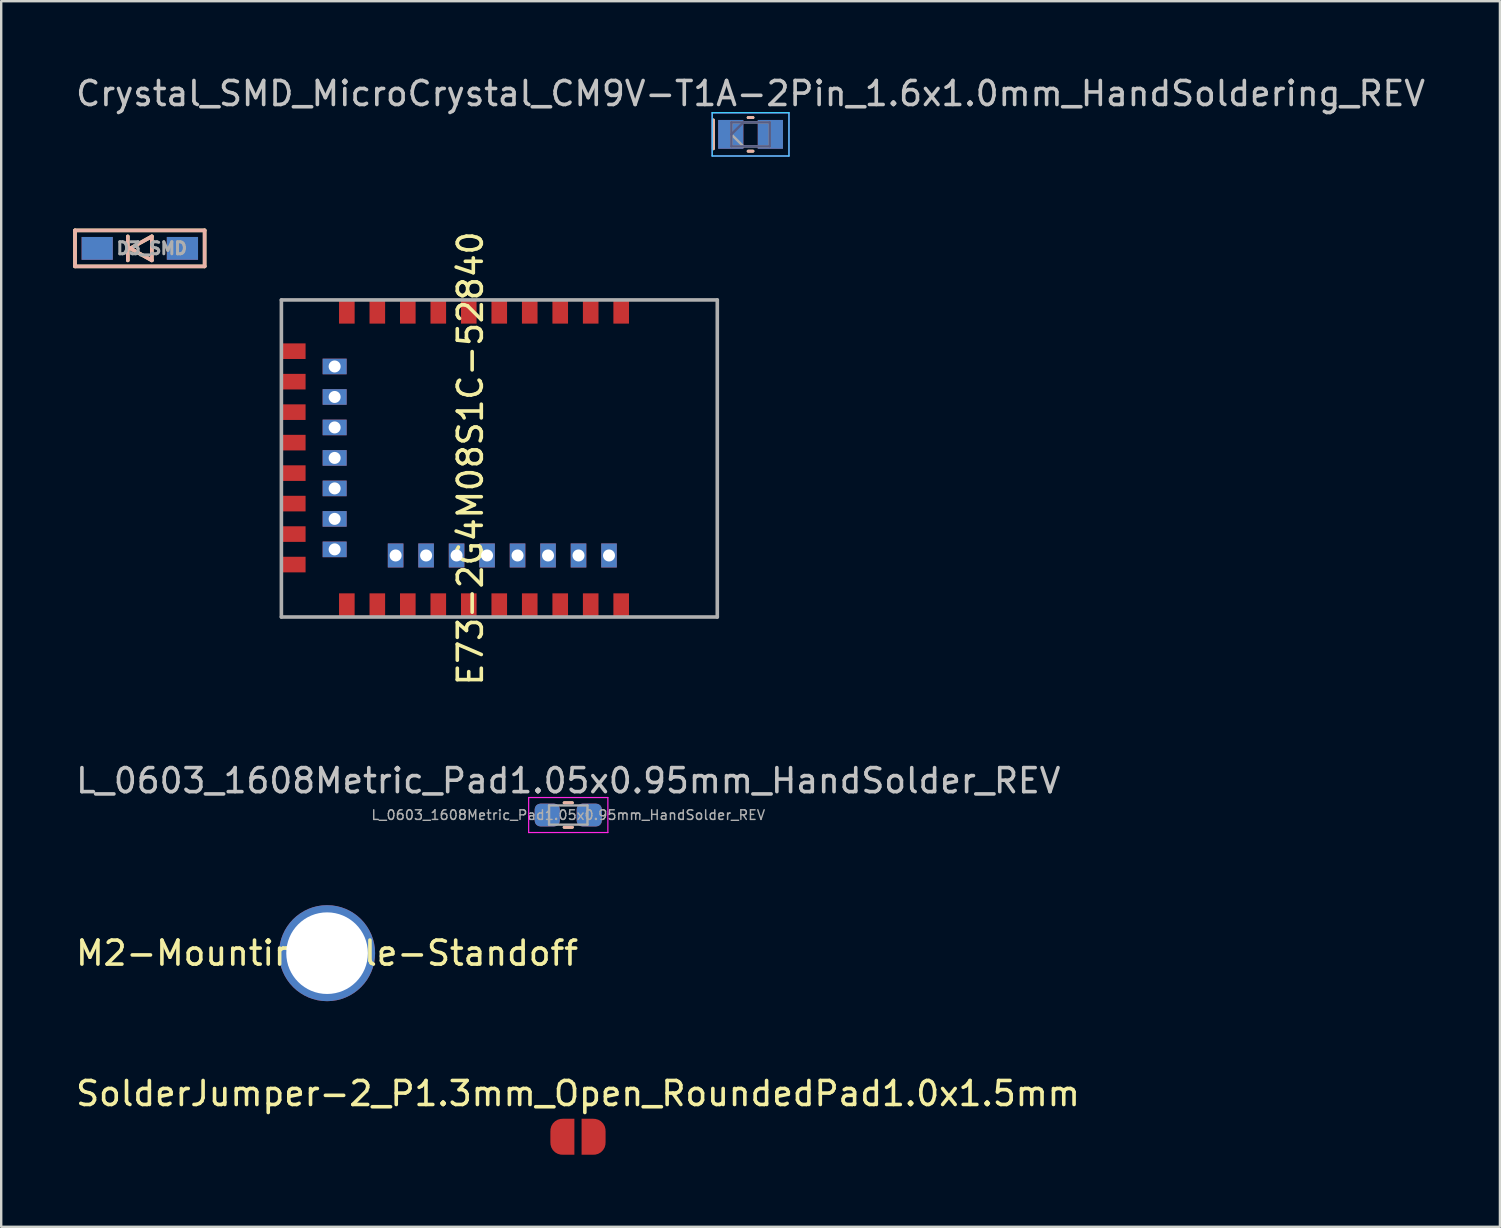
<source format=kicad_pcb>
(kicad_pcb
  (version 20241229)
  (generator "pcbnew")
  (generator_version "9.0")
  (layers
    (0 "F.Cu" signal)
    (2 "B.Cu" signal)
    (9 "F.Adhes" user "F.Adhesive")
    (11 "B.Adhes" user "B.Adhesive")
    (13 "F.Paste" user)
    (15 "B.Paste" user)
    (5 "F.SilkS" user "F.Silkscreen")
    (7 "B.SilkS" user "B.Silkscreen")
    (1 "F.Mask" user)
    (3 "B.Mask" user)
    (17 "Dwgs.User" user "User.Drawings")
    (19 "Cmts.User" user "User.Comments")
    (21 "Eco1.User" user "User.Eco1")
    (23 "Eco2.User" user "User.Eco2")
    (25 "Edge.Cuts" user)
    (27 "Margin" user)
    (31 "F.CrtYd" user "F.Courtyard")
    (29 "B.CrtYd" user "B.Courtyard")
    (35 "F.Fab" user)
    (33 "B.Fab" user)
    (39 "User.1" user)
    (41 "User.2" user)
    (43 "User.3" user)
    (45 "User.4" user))
  (footprint "E73-2G4M08S1C-52840"
    (layer "F.Cu")
    (at 8.8 16.051)
    (property "Reference" "E73-2G4M08S1C-52840" (at 7.747 -0.000467 270) (layer "F.SilkS") (effects (font (size 1 1) (thickness 0.15))))
    (attr through_hole)
    (fp_line (start -0.127 -6.604) (end -0.127 6.604) (stroke (width 0.15) (type solid)) (layer "F.Fab"))
    (fp_line (start -0.127 6.604) (end 18.034 6.604) (stroke (width 0.15) (type solid)) (layer "F.Fab"))
    (fp_line (start 18.034 -6.604) (end -0.127 -6.604) (stroke (width 0.15) (type solid)) (layer "F.Fab"))
    (fp_line (start 18.034 6.604) (end 18.034 -6.604) (stroke (width 0.15) (type solid)) (layer "F.Fab"))
    (pad "1" smd rect (at 14.03 -6.119) (size 0.65 1) (layers "F.Cu" "F.Mask" "F.Paste"))
    (pad "2" smd rect (at 12.76 -6.119) (size 0.65 1) (layers "F.Cu" "F.Mask" "F.Paste"))
    (pad "3" smd rect (at 11.49 -6.119) (size 0.65 1) (layers "F.Cu" "F.Mask" "F.Paste"))
    (pad "4" smd rect (at 10.22 -6.119) (size 0.65 1) (layers "F.Cu" "F.Mask" "F.Paste"))
    (pad "5" smd rect (at 8.95 -6.119) (size 0.65 1) (layers "F.Cu" "F.Mask" "F.Paste"))
    (pad "6" smd rect (at 7.68 -6.119) (size 0.65 1) (layers "F.Cu" "F.Mask" "F.Paste"))
    (pad "7" smd rect (at 6.41 -6.119) (size 0.65 1) (layers "F.Cu" "F.Mask" "F.Paste"))
    (pad "8" smd rect (at 5.14 -6.119) (size 0.65 1) (layers "F.Cu" "F.Mask" "F.Paste"))
    (pad "9" smd rect (at 3.87 -6.119) (size 0.65 1) (layers "F.Cu" "F.Mask" "F.Paste"))
    (pad "10" smd rect (at 2.6 -6.119) (size 0.65 1) (layers "F.Cu" "F.Mask" "F.Paste"))
    (pad "11" smd rect (at 0.381 -4.47 90) (size 0.65 1) (layers "F.Cu" "F.Mask" "F.Paste"))
    (pad "12" thru_hole rect (at 2.092 -3.833 90) (size 0.65 1) (drill 0.5) (layers "*.Cu" "*.Mask"))
    (pad "13" smd rect (at 0.381 -3.2 90) (size 0.65 1) (layers "F.Cu" "F.Mask" "F.Paste"))
    (pad "14" thru_hole rect (at 2.092 -2.563 90) (size 0.65 1) (drill 0.5) (layers "*.Cu" "*.Mask"))
    (pad "15" smd rect (at 0.381 -1.93 90) (size 0.65 1) (layers "F.Cu" "F.Mask" "F.Paste"))
    (pad "16" thru_hole rect (at 2.092 -1.293 90) (size 0.65 1) (drill 0.5) (layers "*.Cu" "*.Mask"))
    (pad "17" smd rect (at 0.381 -0.66 90) (size 0.65 1) (layers "F.Cu" "F.Mask" "F.Paste"))
    (pad "18" thru_hole rect (at 2.092 -0.023 90) (size 0.65 1) (drill 0.5) (layers "*.Cu" "*.Mask"))
    (pad "19" smd rect (at 0.381 0.61 90) (size 0.65 1) (layers "F.Cu" "F.Mask" "F.Paste"))
    (pad "20" thru_hole rect (at 2.092 1.247 90) (size 0.65 1) (drill 0.5) (layers "*.Cu" "*.Mask"))
    (pad "21" smd rect (at 0.381 1.88 90) (size 0.65 1) (layers "F.Cu" "F.Mask" "F.Paste"))
    (pad "22" thru_hole rect (at 2.092 2.517 90) (size 0.65 1) (drill 0.5) (layers "*.Cu" "*.Mask"))
    (pad "23" smd rect (at 0.381 3.15 90) (size 0.65 1) (layers "F.Cu" "F.Mask" "F.Paste"))
    (pad "24" thru_hole rect (at 2.092 3.787 90) (size 0.65 1) (drill 0.5) (layers "*.Cu" "*.Mask"))
    (pad "25" smd rect (at 0.381 4.42 90) (size 0.65 1) (layers "F.Cu" "F.Mask" "F.Paste"))
    (pad "26" smd rect (at 2.6 6.119) (size 0.65 1) (layers "F.Cu" "F.Mask" "F.Paste"))
    (pad "27" smd rect (at 3.87 6.119) (size 0.65 1) (layers "F.Cu" "F.Mask" "F.Paste"))
    (pad "28" thru_hole rect (at 4.632 4.041) (size 0.65 1) (drill 0.5) (layers "*.Cu" "*.Mask"))
    (pad "29" smd rect (at 5.14 6.119) (size 0.65 1) (layers "F.Cu" "F.Mask" "F.Paste"))
    (pad "30" thru_hole rect (at 5.902 4.041) (size 0.65 1) (drill 0.5) (layers "*.Cu" "*.Mask"))
    (pad "31" smd rect (at 6.41 6.119) (size 0.65 1) (layers "F.Cu" "F.Mask" "F.Paste"))
    (pad "32" thru_hole rect (at 7.172 4.041) (size 0.65 1) (drill 0.5) (layers "*.Cu" "*.Mask"))
    (pad "33" smd rect (at 7.68 6.119) (size 0.65 1) (layers "F.Cu" "F.Mask" "F.Paste"))
    (pad "34" thru_hole rect (at 8.442 4.041) (size 0.65 1) (drill 0.5) (layers "*.Cu" "*.Mask"))
    (pad "35" smd rect (at 8.95 6.119) (size 0.65 1) (layers "F.Cu" "F.Mask" "F.Paste"))
    (pad "36" thru_hole rect (at 9.712 4.041) (size 0.65 1) (drill 0.5) (layers "*.Cu" "*.Mask"))
    (pad "37" smd rect (at 10.22 6.119) (size 0.65 1) (layers "F.Cu" "F.Mask" "F.Paste"))
    (pad "38" thru_hole rect (at 10.982 4.041) (size 0.65 1) (drill 0.5) (layers "*.Cu" "*.Mask"))
    (pad "39" smd rect (at 11.49 6.119) (size 0.65 1) (layers "F.Cu" "F.Mask" "F.Paste"))
    (pad "40" thru_hole rect (at 12.252 4.041) (size 0.65 1) (drill 0.5) (layers "*.Cu" "*.Mask"))
    (pad "41" smd rect (at 12.76 6.119) (size 0.65 1) (layers "F.Cu" "F.Mask" "F.Paste"))
    (pad "42" thru_hole rect (at 13.522 4.041) (size 0.65 1) (drill 0.5) (layers "*.Cu" "*.Mask"))
    (pad "43" smd rect (at 14.03 6.119) (size 0.65 1) (layers "F.Cu" "F.Mask" "F.Paste")))
  (footprint "D3_SMD"
    (layer "F.Cu")
    (at 2.775 7.298)
    (property "Reference" "D3_SMD" (at 0.5 0 0) (layer "F.Fab") (effects (font (size 0.5 0.5) (thickness 0.125))))
    (attr smd)
    (fp_line (start -2.7 -0.75) (end -2.7 0.75) (stroke (width 0.15) (type solid)) (layer "F.SilkS"))
    (fp_line (start -2.7 0.75) (end 2.7 0.75) (stroke (width 0.15) (type solid)) (layer "F.SilkS"))
    (fp_line (start -0.5 -0.5) (end -0.5 0.5) (stroke (width 0.15) (type solid)) (layer "F.SilkS"))
    (fp_line (start -0.4 0) (end 0.5 -0.5) (stroke (width 0.15) (type solid)) (layer "F.SilkS"))
    (fp_line (start 0.5 -0.5) (end 0.5 0.5) (stroke (width 0.15) (type solid)) (layer "F.SilkS"))
    (fp_line (start 0.5 0.5) (end -0.4 0) (stroke (width 0.15) (type solid)) (layer "F.SilkS"))
    (fp_line (start 2.7 -0.75) (end -2.7 -0.75) (stroke (width 0.15) (type solid)) (layer "F.SilkS"))
    (fp_line (start 2.7 -0.75) (end 2.7 0.75) (stroke (width 0.15) (type solid)) (layer "F.SilkS"))
    (fp_line (start -2.7 -0.75) (end -2.7 0.75) (stroke (width 0.15) (type solid)) (layer "B.SilkS"))
    (fp_line (start -2.7 0.75) (end 2.7 0.75) (stroke (width 0.15) (type solid)) (layer "B.SilkS"))
    (fp_line (start -0.5 -0.5) (end -0.5 0.5) (stroke (width 0.15) (type solid)) (layer "B.SilkS"))
    (fp_line (start -0.4 0) (end 0.5 -0.5) (stroke (width 0.15) (type solid)) (layer "B.SilkS"))
    (fp_line (start 0.5 -0.5) (end 0.5 0.5) (stroke (width 0.15) (type solid)) (layer "B.SilkS"))
    (fp_line (start 0.5 0.5) (end -0.4 0) (stroke (width 0.15) (type solid)) (layer "B.SilkS"))
    (fp_line (start 2.7 -0.75) (end -2.7 -0.75) (stroke (width 0.15) (type solid)) (layer "B.SilkS"))
    (fp_line (start 2.7 0.75) (end 2.7 -0.75) (stroke (width 0.15) (type solid)) (layer "B.SilkS"))
    (pad "1" smd rect (at -1.775 0) (size 1.3 0.95) (layers "F.Cu" "F.Mask" "F.Paste"))
    (pad "1" smd rect (at -1.775 0) (size 1.3 0.95) (layers "B.Cu" "B.Mask" "B.Paste"))
    (pad "2" smd rect (at 1.775 0) (size 1.3 0.95) (layers "F.Cu" "F.Mask" "F.Paste"))
    (pad "2" smd rect (at 1.775 0) (size 1.3 0.95) (layers "B.Cu" "B.Mask" "B.Paste")))
  (footprint "L_0603_1608Metric_Pad1.05x0.95mm_HandSolder_REV"
    (layer "F.Cu")
    (at 20.625 30.906)
    (property "Reference" "L_0603_1608Metric_Pad1.05x0.95mm_HandSolder_REV" (at 0 -1.43 0) (layer "Dwgs.User") (effects (font (size 1 1) (thickness 0.15))))
    (attr smd)
    (fp_line (start -0.171 -0.51) (end 0.171 -0.51) (stroke (width 0.12) (type solid)) (layer "F.SilkS"))
    (fp_line (start -0.171 0.51) (end 0.171 0.51) (stroke (width 0.12) (type solid)) (layer "F.SilkS"))
    (fp_line (start -0.171 -0.51) (end 0.171 -0.51) (stroke (width 0.12) (type solid)) (layer "B.SilkS"))
    (fp_line (start -0.171 0.51) (end 0.171 0.51) (stroke (width 0.12) (type solid)) (layer "B.SilkS"))
    (fp_line (start -1.65 -0.73) (end 1.65 -0.73) (stroke (width 0.05) (type solid)) (layer "F.CrtYd"))
    (fp_line (start -1.65 0.73) (end -1.65 -0.73) (stroke (width 0.05) (type solid)) (layer "F.CrtYd"))
    (fp_line (start 1.65 -0.73) (end 1.65 0.73) (stroke (width 0.05) (type solid)) (layer "F.CrtYd"))
    (fp_line (start 1.65 0.73) (end -1.65 0.73) (stroke (width 0.05) (type solid)) (layer "F.CrtYd"))
    (fp_line (start -0.8 -0.4) (end 0.8 -0.4) (stroke (width 0.1) (type solid)) (layer "F.Fab"))
    (fp_line (start -0.8 0.4) (end -0.8 -0.4) (stroke (width 0.1) (type solid)) (layer "F.Fab"))
    (fp_line (start 0.8 -0.4) (end 0.8 0.4) (stroke (width 0.1) (type solid)) (layer "F.Fab"))
    (fp_line (start 0.8 0.4) (end -0.8 0.4) (stroke (width 0.1) (type solid)) (layer "F.Fab"))
    (fp_text user "${REFERENCE}" (at 0 0 0) (layer "F.Fab") (effects (font (size 0.4 0.4) (thickness 0.06))))
    (pad "1" smd roundrect (at -0.875 0) (size 1.05 0.95) (layers "F.Cu" "F.Mask" "F.Paste") (roundrect_rratio 0.25))
    (pad "1" smd roundrect (at -0.875 0 180) (size 1.05 0.95) (layers "B.Cu" "B.Mask" "B.Paste") (roundrect_rratio 0.25))
    (pad "2" smd roundrect (at 0.875 0) (size 1.05 0.95) (layers "F.Cu" "F.Mask" "F.Paste") (roundrect_rratio 0.25))
    (pad "2" smd roundrect (at 0.875 0 180) (size 1.05 0.95) (layers "B.Cu" "B.Mask" "B.Paste") (roundrect_rratio 0.25)))
  (footprint "SolderJumper-2_P1.3mm_Open_RoundedPad1.0x1.5mm"
    (layer "F.Cu")
    (at 21.03 44.31)
    (property "Reference" "SolderJumper-2_P1.3mm_Open_RoundedPad1.0x1.5mm" (at 0 -1.8 0) (layer "F.SilkS") (effects (font (size 1 1) (thickness 0.15))))
    (attr exclude_from_pos_files)
    (pad "1" smd custom (at -0.65 0) (size 1 0.5) (layers "F.Cu" "F.Mask") (options (anchor rect)) (primitives (gr_circle (center 0 0.25) (end 0.5 0.25) (width 0) (fill yes)) (gr_circle (center 0 -0.25) (end 0.5 -0.25) (width 0) (fill yes)) (gr_poly (pts (xy 0.5 0.75) (xy 0 0.75) (xy 0 -0.75) (xy 0.5 -0.75)) (width 0) (fill yes))))
    (pad "2" smd custom (at 0.65 0) (size 1 0.5) (layers "F.Cu" "F.Mask") (options (anchor rect)) (primitives (gr_circle (center 0 0.25) (end 0.5 0.25) (width 0) (fill yes)) (gr_circle (center 0 -0.25) (end 0.5 -0.25) (width 0) (fill yes)) (gr_poly (pts (xy 0 0.75) (xy -0.5 0.75) (xy -0.5 -0.75) (xy 0 -0.75)) (width 0) (fill yes)))))
  (footprint "Crystal_SMD_MicroCrystal_CM9V-T1A-2Pin_1.6x1.0mm_HandSoldering_REV"
    (layer "F.Cu")
    (at 28.22 2.548)
    (property "Reference" "Crystal_SMD_MicroCrystal_CM9V-T1A-2Pin_1.6x1.0mm_HandSoldering_REV" (at 0 -1.7 0) (layer "Dwgs.User") (effects (font (size 1 1) (thickness 0.15))))
    (attr smd)
    (fp_line (start -1.55 -0.6) (end -1.55 0.6) (stroke (width 0.12) (type solid)) (layer "F.SilkS"))
    (fp_line (start -0.1 -0.7) (end 0.1 -0.7) (stroke (width 0.12) (type solid)) (layer "F.SilkS"))
    (fp_line (start -0.1 0.7) (end 0.1 0.7) (stroke (width 0.12) (type solid)) (layer "F.SilkS"))
    (fp_line (start -1.55 0.6) (end -1.55 -0.6) (stroke (width 0.12) (type solid)) (layer "B.SilkS"))
    (fp_line (start -0.1 -0.7) (end 0.1 -0.7) (stroke (width 0.12) (type solid)) (layer "B.SilkS"))
    (fp_line (start -0.1 0.7) (end 0.1 0.7) (stroke (width 0.12) (type solid)) (layer "B.SilkS"))
    (fp_line (start -1.6 -0.9) (end 1.6 -0.9) (stroke (width 0.05) (type solid)) (layer "B.CrtYd"))
    (fp_line (start -1.6 0.9) (end -1.6 -0.9) (stroke (width 0.05) (type solid)) (layer "B.CrtYd"))
    (fp_line (start 1.6 -0.9) (end 1.6 0.9) (stroke (width 0.05) (type solid)) (layer "B.CrtYd"))
    (fp_line (start 1.6 0.9) (end -1.6 0.9) (stroke (width 0.05) (type solid)) (layer "B.CrtYd"))
    (fp_line (start -1.6 -0.9) (end -1.6 0.9) (stroke (width 0.05) (type solid)) (layer "F.CrtYd"))
    (fp_line (start -1.6 0.9) (end 1.6 0.9) (stroke (width 0.05) (type solid)) (layer "F.CrtYd"))
    (fp_line (start 1.6 -0.9) (end -1.6 -0.9) (stroke (width 0.05) (type solid)) (layer "F.CrtYd"))
    (fp_line (start 1.6 0.9) (end 1.6 -0.9) (stroke (width 0.05) (type solid)) (layer "F.CrtYd"))
    (fp_line (start -0.8 -0.5) (end 0.8 -0.5) (stroke (width 0.1) (type solid)) (layer "B.Fab"))
    (fp_line (start -0.8 0) (end -0.3 -0.5) (stroke (width 0.1) (type solid)) (layer "B.Fab"))
    (fp_line (start -0.8 0.5) (end -0.8 -0.5) (stroke (width 0.1) (type solid)) (layer "B.Fab"))
    (fp_line (start 0.8 -0.5) (end 0.8 0.5) (stroke (width 0.1) (type solid)) (layer "B.Fab"))
    (fp_line (start 0.8 0.5) (end -0.8 0.5) (stroke (width 0.1) (type solid)) (layer "B.Fab"))
    (fp_line (start -0.8 -0.5) (end -0.8 0.5) (stroke (width 0.1) (type solid)) (layer "F.Fab"))
    (fp_line (start -0.8 0) (end -0.3 0.5) (stroke (width 0.1) (type solid)) (layer "F.Fab"))
    (fp_line (start -0.8 0.5) (end 0.8 0.5) (stroke (width 0.1) (type solid)) (layer "F.Fab"))
    (fp_line (start 0.8 -0.5) (end -0.8 -0.5) (stroke (width 0.1) (type solid)) (layer "F.Fab"))
    (fp_line (start 0.8 0.5) (end 0.8 -0.5) (stroke (width 0.1) (type solid)) (layer "F.Fab"))
    (pad "1" smd rect (at -0.825 0) (size 1.05 1.2) (layers "F.Cu" "F.Mask" "F.Paste"))
    (pad "1" smd rect (at -0.825 0 180) (size 1.05 1.2) (layers "B.Cu" "B.Mask" "B.Paste"))
    (pad "2" smd rect (at 0.825 0) (size 1.05 1.2) (layers "F.Cu" "F.Mask" "F.Paste"))
    (pad "2" smd rect (at 0.825 0 180) (size 1.05 1.2) (layers "B.Cu" "B.Mask" "B.Paste")))
  (footprint "M2-MountingHole-Standoff"
    (layer "F.Cu")
    (at 10.577 36.661)
    (property "Reference" "M2-MountingHole-Standoff" (at 0 0 0) (unlocked yes) (layer "F.SilkS") (effects (font (size 1 1) (thickness 0.15))))
    (pad "" thru_hole circle (at 0 0) (size 4 4) (drill 3.4) (layers "*.Cu" "*.Mask")))
  (gr_rect
    (start -3 -3)
    (end 59.44 48.06)
    (stroke (width 0.1) (type default))
    (fill no)
    (layer "Edge.Cuts")))
</source>
